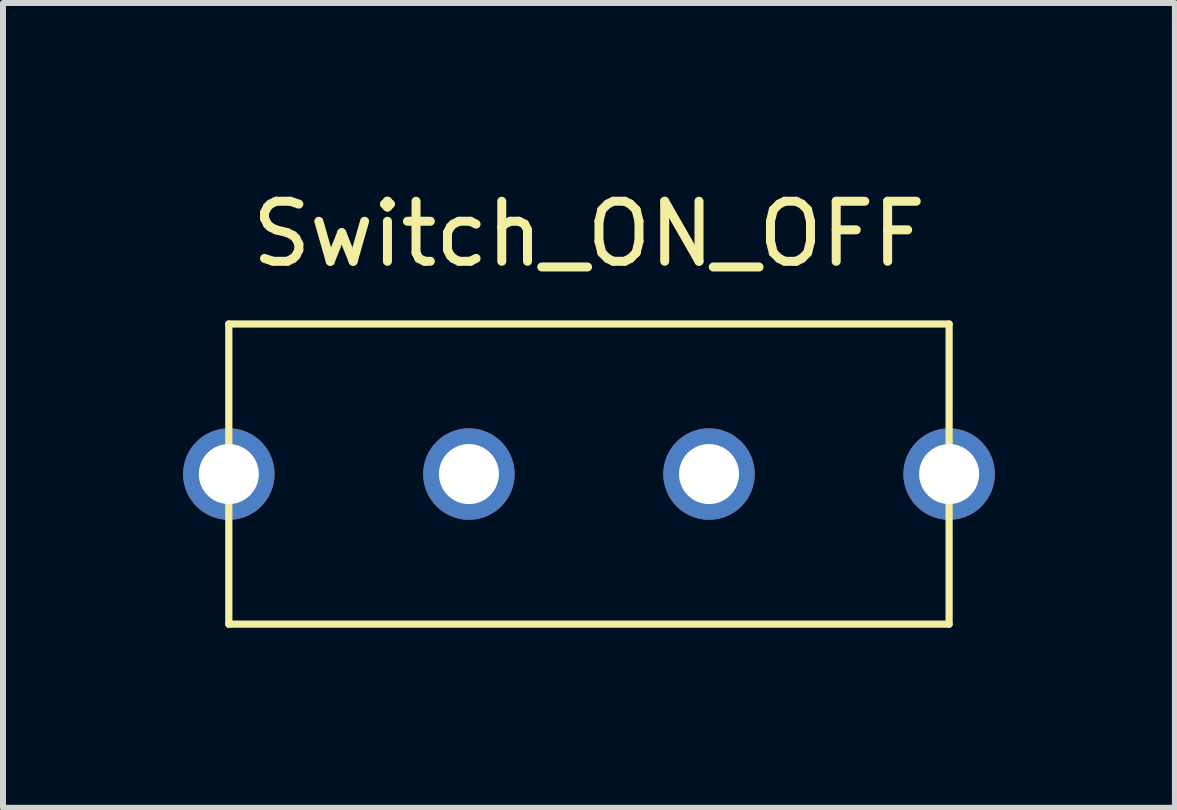
<source format=kicad_pcb>
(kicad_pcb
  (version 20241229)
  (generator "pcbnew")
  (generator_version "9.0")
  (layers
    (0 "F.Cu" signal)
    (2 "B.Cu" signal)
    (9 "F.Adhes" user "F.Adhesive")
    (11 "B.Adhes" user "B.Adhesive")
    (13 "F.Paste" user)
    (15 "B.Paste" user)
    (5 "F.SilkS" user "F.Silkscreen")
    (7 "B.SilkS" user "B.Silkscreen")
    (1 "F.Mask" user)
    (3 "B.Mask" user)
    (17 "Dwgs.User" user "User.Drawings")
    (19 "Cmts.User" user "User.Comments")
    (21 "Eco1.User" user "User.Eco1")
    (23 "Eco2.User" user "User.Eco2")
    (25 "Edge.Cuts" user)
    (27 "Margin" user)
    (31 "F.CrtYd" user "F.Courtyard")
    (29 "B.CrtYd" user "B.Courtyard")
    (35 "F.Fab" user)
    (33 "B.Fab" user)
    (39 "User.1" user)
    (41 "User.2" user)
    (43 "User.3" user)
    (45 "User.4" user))
  (footprint "Switch_ON_OFF"
    (layer "F.Cu")
    (at 6.762 4.848)
    (property "Reference" "Switch_ON_OFF" (at 0 -4 0) (layer "F.SilkS") (effects (font (size 1 1) (thickness 0.15))))
    (attr through_hole)
    (fp_line (start -6 -2.5) (end -6 2.5) (stroke (width 0.12) (type solid)) (layer "F.SilkS"))
    (fp_line (start -6 2.5) (end 6 2.5) (stroke (width 0.12) (type solid)) (layer "F.SilkS"))
    (fp_line (start 6 -2.5) (end -6 -2.5) (stroke (width 0.12) (type solid)) (layer "F.SilkS"))
    (fp_line (start 6 2.5) (end 6 -2.5) (stroke (width 0.12) (type solid)) (layer "F.SilkS"))
    (pad "1" thru_hole oval (at -6 0) (size 1.524 1.524) (drill 1) (layers "*.Cu" "*.Mask"))
    (pad "2" thru_hole oval (at -2 0) (size 1.524 1.524) (drill 1) (layers "*.Cu" "*.Mask"))
    (pad "3" thru_hole oval (at 2 0) (size 1.524 1.524) (drill 1) (layers "*.Cu" "*.Mask"))
    (pad "4" thru_hole oval (at 6 0) (size 1.524 1.524) (drill 1) (layers "*.Cu" "*.Mask")))
  (gr_rect
    (start -3 -3)
    (end 16.524 10.408)
    (stroke (width 0.1) (type default))
    (fill no)
    (layer "Edge.Cuts")))
</source>
